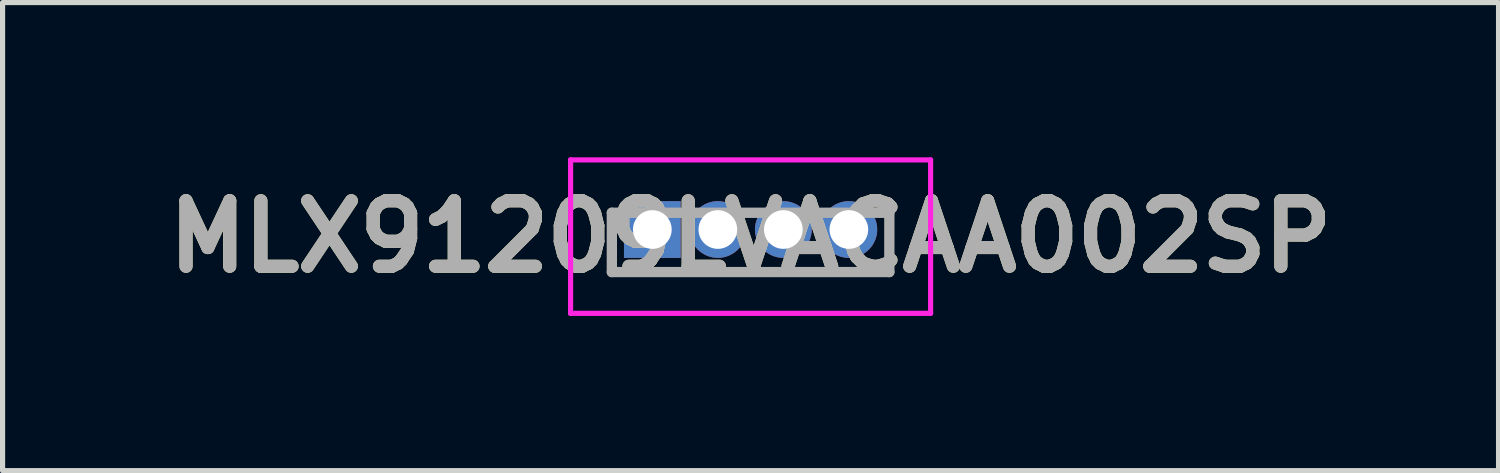
<source format=kicad_pcb>
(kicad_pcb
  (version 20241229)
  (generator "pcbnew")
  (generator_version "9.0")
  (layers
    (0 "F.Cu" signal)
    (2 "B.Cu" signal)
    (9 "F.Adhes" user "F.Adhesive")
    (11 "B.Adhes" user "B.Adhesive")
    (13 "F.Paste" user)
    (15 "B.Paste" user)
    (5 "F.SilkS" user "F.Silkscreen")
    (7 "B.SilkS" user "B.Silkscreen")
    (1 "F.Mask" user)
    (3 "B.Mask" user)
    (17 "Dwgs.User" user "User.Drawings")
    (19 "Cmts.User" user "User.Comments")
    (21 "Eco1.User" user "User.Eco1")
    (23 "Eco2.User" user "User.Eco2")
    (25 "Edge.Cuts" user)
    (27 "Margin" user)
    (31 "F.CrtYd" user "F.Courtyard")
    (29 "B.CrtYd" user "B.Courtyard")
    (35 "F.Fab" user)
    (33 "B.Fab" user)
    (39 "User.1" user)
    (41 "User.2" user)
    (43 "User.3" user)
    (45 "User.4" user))
  (footprint "MLX91209LVACAA002SP"
    (layer "F.Cu")
    (at 9.598 1.4)
    (property "Reference" "MLX91209LVACAA002SP" (at 1.905 0.138 0) (layer "F.SilkS") (effects (font (size 1.27 1.27) (thickness 0.254))))
    (attr through_hole)
    (fp_line (start -0.785 -0.325) (end -0.785 0.825) (stroke (width 0.1) (type solid)) (layer "F.SilkS"))
    (fp_line (start -0.785 0.825) (end 4.595 0.825) (stroke (width 0.1) (type solid)) (layer "F.SilkS"))
    (fp_line (start 4.595 0.825) (end 4.595 -0.325) (stroke (width 0.1) (type solid)) (layer "F.SilkS"))
    (fp_line (start -1.585 -1.35) (end 5.395 -1.35) (stroke (width 0.1) (type solid)) (layer "F.CrtYd"))
    (fp_line (start -1.585 1.625) (end -1.585 -1.35) (stroke (width 0.1) (type solid)) (layer "F.CrtYd"))
    (fp_line (start 5.395 -1.35) (end 5.395 1.625) (stroke (width 0.1) (type solid)) (layer "F.CrtYd"))
    (fp_line (start 5.395 1.625) (end -1.585 1.625) (stroke (width 0.1) (type solid)) (layer "F.CrtYd"))
    (fp_line (start -0.785 -0.325) (end 4.595 -0.325) (stroke (width 0.2) (type solid)) (layer "F.Fab"))
    (fp_line (start -0.785 0.825) (end -0.785 -0.325) (stroke (width 0.2) (type solid)) (layer "F.Fab"))
    (fp_line (start 4.595 -0.325) (end 4.595 0.825) (stroke (width 0.2) (type solid)) (layer "F.Fab"))
    (fp_line (start 4.595 0.825) (end -0.785 0.825) (stroke (width 0.2) (type solid)) (layer "F.Fab"))
    (fp_text user "${REFERENCE}" (at 1.905 0.138 0) (layer "F.Fab") (effects (font (size 1.27 1.27) (thickness 0.254))))
    (pad "1" thru_hole rect (at 0 0) (size 1.1 1.1) (drill 0.75) (layers "*.Cu" "*.Mask"))
    (pad "2" thru_hole circle (at 1.27 0) (size 1.1 1.1) (drill 0.75) (layers "*.Cu" "*.Mask"))
    (pad "3" thru_hole circle (at 2.54 0) (size 1.1 1.1) (drill 0.75) (layers "*.Cu" "*.Mask"))
    (pad "4" thru_hole circle (at 3.81 0) (size 1.1 1.1) (drill 0.75) (layers "*.Cu" "*.Mask")))
  (gr_rect
    (start -3 -3)
    (end 26.005 6.075)
    (stroke (width 0.1) (type default))
    (fill no)
    (layer "Edge.Cuts")))
</source>
